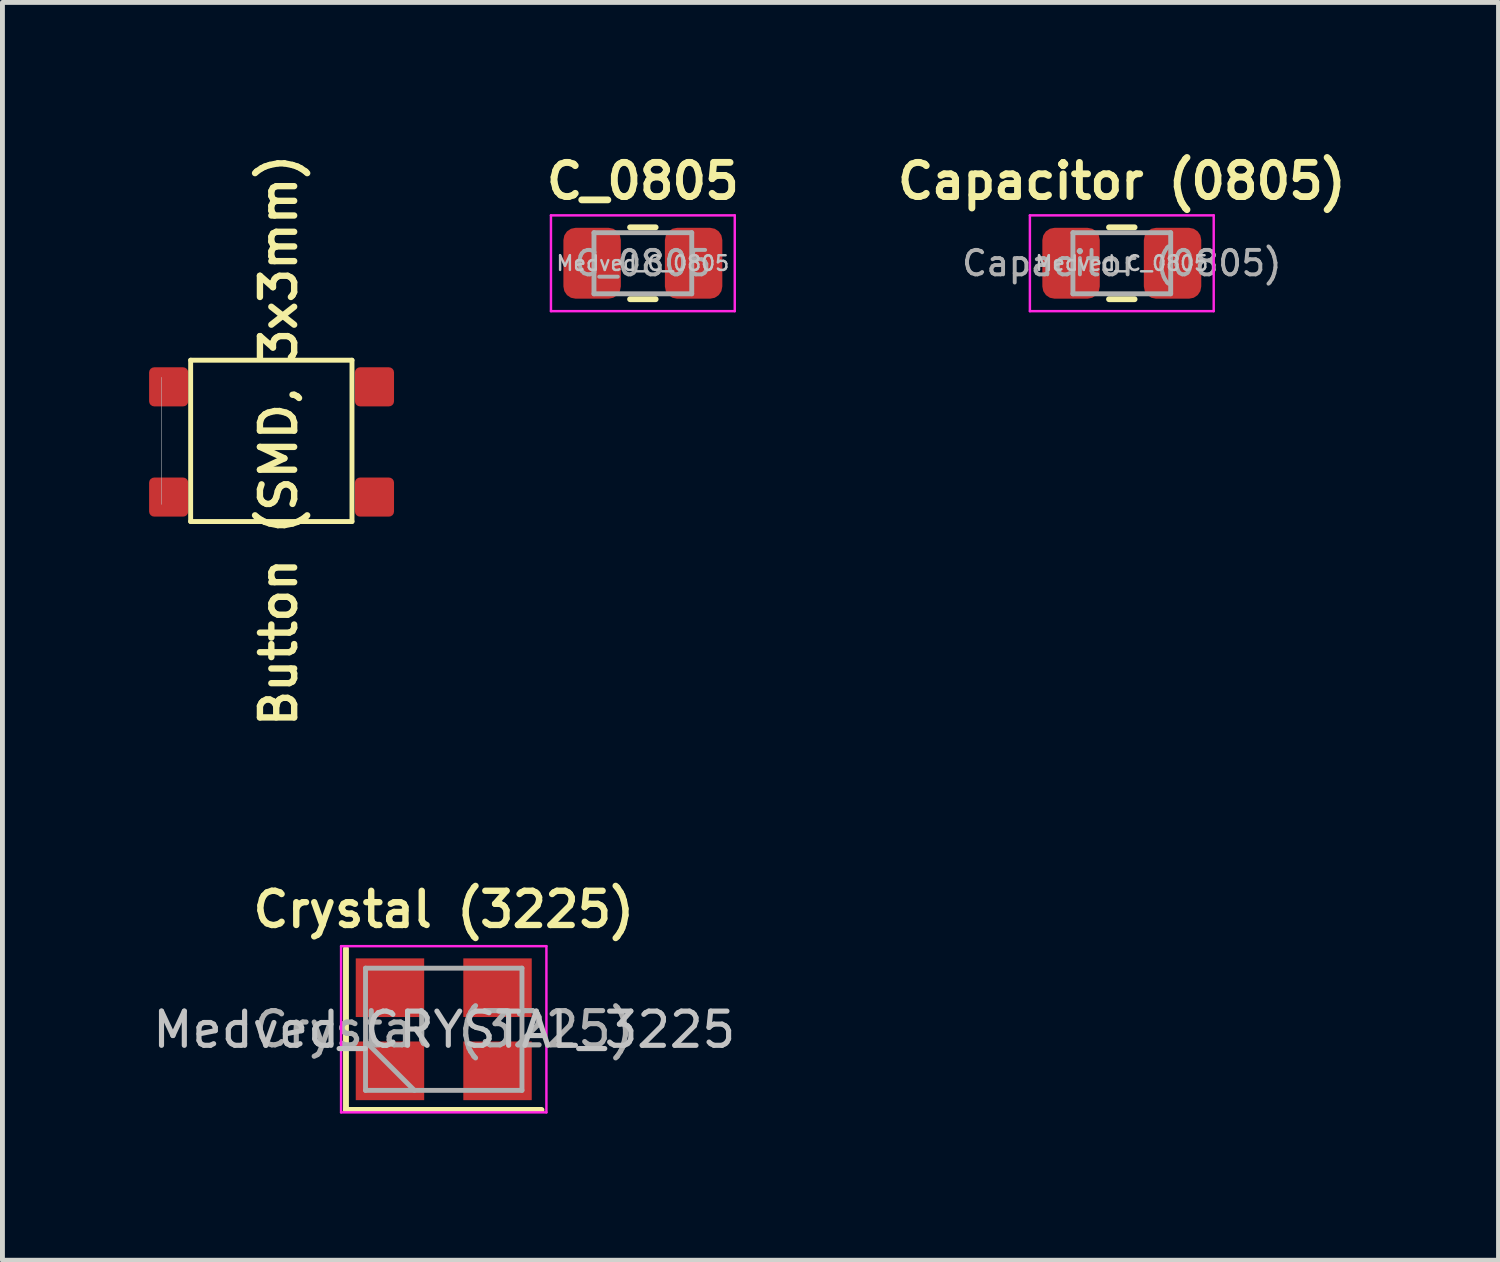
<source format=kicad_pcb>
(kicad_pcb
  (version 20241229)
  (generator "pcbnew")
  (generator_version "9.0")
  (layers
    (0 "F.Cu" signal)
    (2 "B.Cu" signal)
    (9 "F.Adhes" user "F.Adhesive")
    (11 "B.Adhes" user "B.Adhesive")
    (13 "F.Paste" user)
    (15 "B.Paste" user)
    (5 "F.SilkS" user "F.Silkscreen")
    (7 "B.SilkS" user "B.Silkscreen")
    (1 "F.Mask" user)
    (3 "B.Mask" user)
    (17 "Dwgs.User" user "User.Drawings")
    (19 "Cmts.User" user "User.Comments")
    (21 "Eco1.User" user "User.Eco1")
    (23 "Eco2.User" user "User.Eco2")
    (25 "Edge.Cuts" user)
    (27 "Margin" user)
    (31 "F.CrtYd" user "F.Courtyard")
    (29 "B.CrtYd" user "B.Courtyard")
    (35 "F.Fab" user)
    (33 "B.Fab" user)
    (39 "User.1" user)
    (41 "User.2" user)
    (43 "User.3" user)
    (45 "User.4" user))
  (footprint "Crystal (3225)"
    (layer "F.Cu")
    (at 6.027 18.004)
    (property "Reference" "Crystal (3225)" (at 0 -2.45 0) (layer "F.SilkS") (effects (font (size 0.7 0.7) (thickness 0.13) (bold yes))))
    (property "Value" "Medved_CRYSTAL_3225" (at 0 2.45 0) (layer "F.Fab") (hide yes) (effects (font (size 1 1) (thickness 0.15))))
    (attr smd)
    (fp_line (start -2 -1.65) (end -2 1.65) (stroke (width 0.12) (type solid)) (layer "F.SilkS"))
    (fp_line (start -2 1.65) (end 2 1.65) (stroke (width 0.12) (type solid)) (layer "F.SilkS"))
    (fp_line (start -2.1 -1.7) (end -2.1 1.7) (stroke (width 0.05) (type solid)) (layer "F.CrtYd"))
    (fp_line (start -2.1 1.7) (end 2.1 1.7) (stroke (width 0.05) (type solid)) (layer "F.CrtYd"))
    (fp_line (start 2.1 -1.7) (end -2.1 -1.7) (stroke (width 0.05) (type solid)) (layer "F.CrtYd"))
    (fp_line (start 2.1 1.7) (end 2.1 -1.7) (stroke (width 0.05) (type solid)) (layer "F.CrtYd"))
    (fp_line (start -1.6 -1.25) (end -1.6 1.25) (stroke (width 0.1) (type solid)) (layer "F.Fab"))
    (fp_line (start -1.6 0.25) (end -0.6 1.25) (stroke (width 0.1) (type solid)) (layer "F.Fab"))
    (fp_line (start -1.6 1.25) (end 1.6 1.25) (stroke (width 0.1) (type solid)) (layer "F.Fab"))
    (fp_line (start 1.6 -1.25) (end -1.6 -1.25) (stroke (width 0.1) (type solid)) (layer "F.Fab"))
    (fp_line (start 1.6 1.25) (end 1.6 -1.25) (stroke (width 0.1) (type solid)) (layer "F.Fab"))
    (fp_text user "${VALUE}" (at 0.01 0.01 0) (layer "Dwgs.User") (effects (font (size 0.7 0.7) (thickness 0.105))))
    (fp_text user "${REFERENCE}" (at 0 0 0) (layer "F.Fab") (effects (font (size 0.7 0.7) (thickness 0.105))))
    (pad "1" smd rect (at -1.1 0.85) (size 1.4 1.2) (layers "F.Cu" "F.Mask" "F.Paste"))
    (pad "2" smd rect (at 1.1 0.85) (size 1.4 1.2) (layers "F.Cu" "F.Mask" "F.Paste"))
    (pad "3" smd rect (at 1.1 -0.85) (size 1.4 1.2) (layers "F.Cu" "F.Mask" "F.Paste"))
    (pad "4" smd rect (at -1.1 -0.85) (size 1.4 1.2) (layers "F.Cu" "F.Mask" "F.Paste")))
  (footprint "Button (SMD, 3x3mm)"
    (layer "F.Cu")
    (at 0.85 4.318)
    (property "Reference" "Button (SMD, 3x3mm)" (at 1.8 1.64 270) (layer "F.SilkS") (effects (font (size 0.7 0.7) (thickness 0.13) (bold yes))))
    (attr smd)
    (fp_line (start 0 0) (end 0 3.3) (stroke (width 0.1) (type default)) (layer "F.SilkS"))
    (fp_line (start 0 0) (end 3.3 0) (stroke (width 0.1) (type default)) (layer "F.SilkS"))
    (fp_line (start 3.3 3.3) (end 0 3.3) (stroke (width 0.1) (type default)) (layer "F.SilkS"))
    (fp_line (start 3.3 3.3) (end 3.3 0) (stroke (width 0.1) (type default)) (layer "F.SilkS"))
    (fp_line (start -0.6 2.95) (end -0.6 0.35) (stroke (width 0.01) (type default)) (layer "Dwgs.User"))
    (pad "1" smd roundrect (at -0.45 0.545) (size 0.8 0.8) (layers "F.Cu" "F.Mask" "F.Paste") (roundrect_rratio 0.131))
    (pad "2" smd roundrect (at 3.76 0.545) (size 0.8 0.8) (layers "F.Cu" "F.Mask" "F.Paste") (roundrect_rratio 0.131))
    (pad "3" smd roundrect (at -0.45 2.8) (size 0.8 0.8) (layers "F.Cu" "F.Mask" "F.Paste") (roundrect_rratio 0.131))
    (pad "4" smd roundrect (at 3.76 2.8) (size 0.8 0.8) (layers "F.Cu" "F.Mask" "F.Paste") (roundrect_rratio 0.131)))
  (footprint "Capacitor (0805)"
    (layer "F.Cu")
    (at 19.897 2.335)
    (property "Reference" "Capacitor (0805)" (at 0 -1.68 0) (layer "F.SilkS") (effects (font (size 0.7 0.7) (thickness 0.14) (bold yes))))
    (property "Value" "Medved_C_0805" (at 0 1.68 0) (layer "F.Fab") (hide yes) (effects (font (size 1 1) (thickness 0.15))))
    (attr smd)
    (fp_line (start -0.261 -0.735) (end 0.261 -0.735) (stroke (width 0.12) (type solid)) (layer "F.SilkS"))
    (fp_line (start -0.261 0.735) (end 0.261 0.735) (stroke (width 0.12) (type solid)) (layer "F.SilkS"))
    (fp_line (start -1.88 -0.98) (end 1.88 -0.98) (stroke (width 0.05) (type solid)) (layer "F.CrtYd"))
    (fp_line (start -1.88 0.98) (end -1.88 -0.98) (stroke (width 0.05) (type solid)) (layer "F.CrtYd"))
    (fp_line (start 1.88 -0.98) (end 1.88 0.98) (stroke (width 0.05) (type solid)) (layer "F.CrtYd"))
    (fp_line (start 1.88 0.98) (end -1.88 0.98) (stroke (width 0.05) (type solid)) (layer "F.CrtYd"))
    (fp_line (start -1 -0.625) (end 1 -0.625) (stroke (width 0.1) (type solid)) (layer "F.Fab"))
    (fp_line (start -1 0.625) (end -1 -0.625) (stroke (width 0.1) (type solid)) (layer "F.Fab"))
    (fp_line (start 1 -0.625) (end 1 0.625) (stroke (width 0.1) (type solid)) (layer "F.Fab"))
    (fp_line (start 1 0.625) (end -1 0.625) (stroke (width 0.1) (type solid)) (layer "F.Fab"))
    (fp_text user "${VALUE}" (at 0 0 0) (layer "Dwgs.User") (effects (font (size 0.3 0.3) (thickness 0.05) (bold yes))))
    (fp_text user "${REFERENCE}" (at 0 0 0) (layer "F.Fab") (effects (font (size 0.5 0.5) (thickness 0.08))))
    (pad "1" smd roundrect (at -1.038 0) (size 1.175 1.45) (layers "F.Cu" "F.Mask" "F.Paste") (roundrect_rratio 0.213))
    (pad "2" smd roundrect (at 1.038 0) (size 1.175 1.45) (layers "F.Cu" "F.Mask" "F.Paste") (roundrect_rratio 0.213)))
  (footprint "C_0805"
    (layer "F.Cu")
    (at 10.1 2.335)
    (property "Reference" "C_0805" (at 0 -1.68 0) (layer "F.SilkS") (effects (font (size 0.7 0.7) (thickness 0.14) (bold yes))))
    (property "Value" "Medved_C_0805" (at 0 1.68 0) (layer "F.Fab") (hide yes) (effects (font (size 1 1) (thickness 0.15))))
    (attr smd)
    (fp_line (start -0.261 -0.735) (end 0.261 -0.735) (stroke (width 0.12) (type solid)) (layer "F.SilkS"))
    (fp_line (start -0.261 0.735) (end 0.261 0.735) (stroke (width 0.12) (type solid)) (layer "F.SilkS"))
    (fp_line (start -1.88 -0.98) (end 1.88 -0.98) (stroke (width 0.05) (type solid)) (layer "F.CrtYd"))
    (fp_line (start -1.88 0.98) (end -1.88 -0.98) (stroke (width 0.05) (type solid)) (layer "F.CrtYd"))
    (fp_line (start 1.88 -0.98) (end 1.88 0.98) (stroke (width 0.05) (type solid)) (layer "F.CrtYd"))
    (fp_line (start 1.88 0.98) (end -1.88 0.98) (stroke (width 0.05) (type solid)) (layer "F.CrtYd"))
    (fp_line (start -1 -0.625) (end 1 -0.625) (stroke (width 0.1) (type solid)) (layer "F.Fab"))
    (fp_line (start -1 0.625) (end -1 -0.625) (stroke (width 0.1) (type solid)) (layer "F.Fab"))
    (fp_line (start 1 -0.625) (end 1 0.625) (stroke (width 0.1) (type solid)) (layer "F.Fab"))
    (fp_line (start 1 0.625) (end -1 0.625) (stroke (width 0.1) (type solid)) (layer "F.Fab"))
    (fp_text user "${VALUE}" (at 0 0 0) (layer "Dwgs.User") (effects (font (size 0.3 0.3) (thickness 0.05) (bold yes))))
    (fp_text user "${REFERENCE}" (at 0 0 0) (layer "F.Fab") (effects (font (size 0.5 0.5) (thickness 0.08))))
    (pad "1" smd roundrect (at -1.038 0) (size 1.175 1.45) (layers "F.Cu" "F.Mask" "F.Paste") (roundrect_rratio 0.213))
    (pad "2" smd roundrect (at 1.038 0) (size 1.175 1.45) (layers "F.Cu" "F.Mask" "F.Paste") (roundrect_rratio 0.213)))
  (gr_rect
    (start -3 -3)
    (end 27.603 22.729)
    (stroke (width 0.1) (type default))
    (fill no)
    (layer "Edge.Cuts")))
</source>
